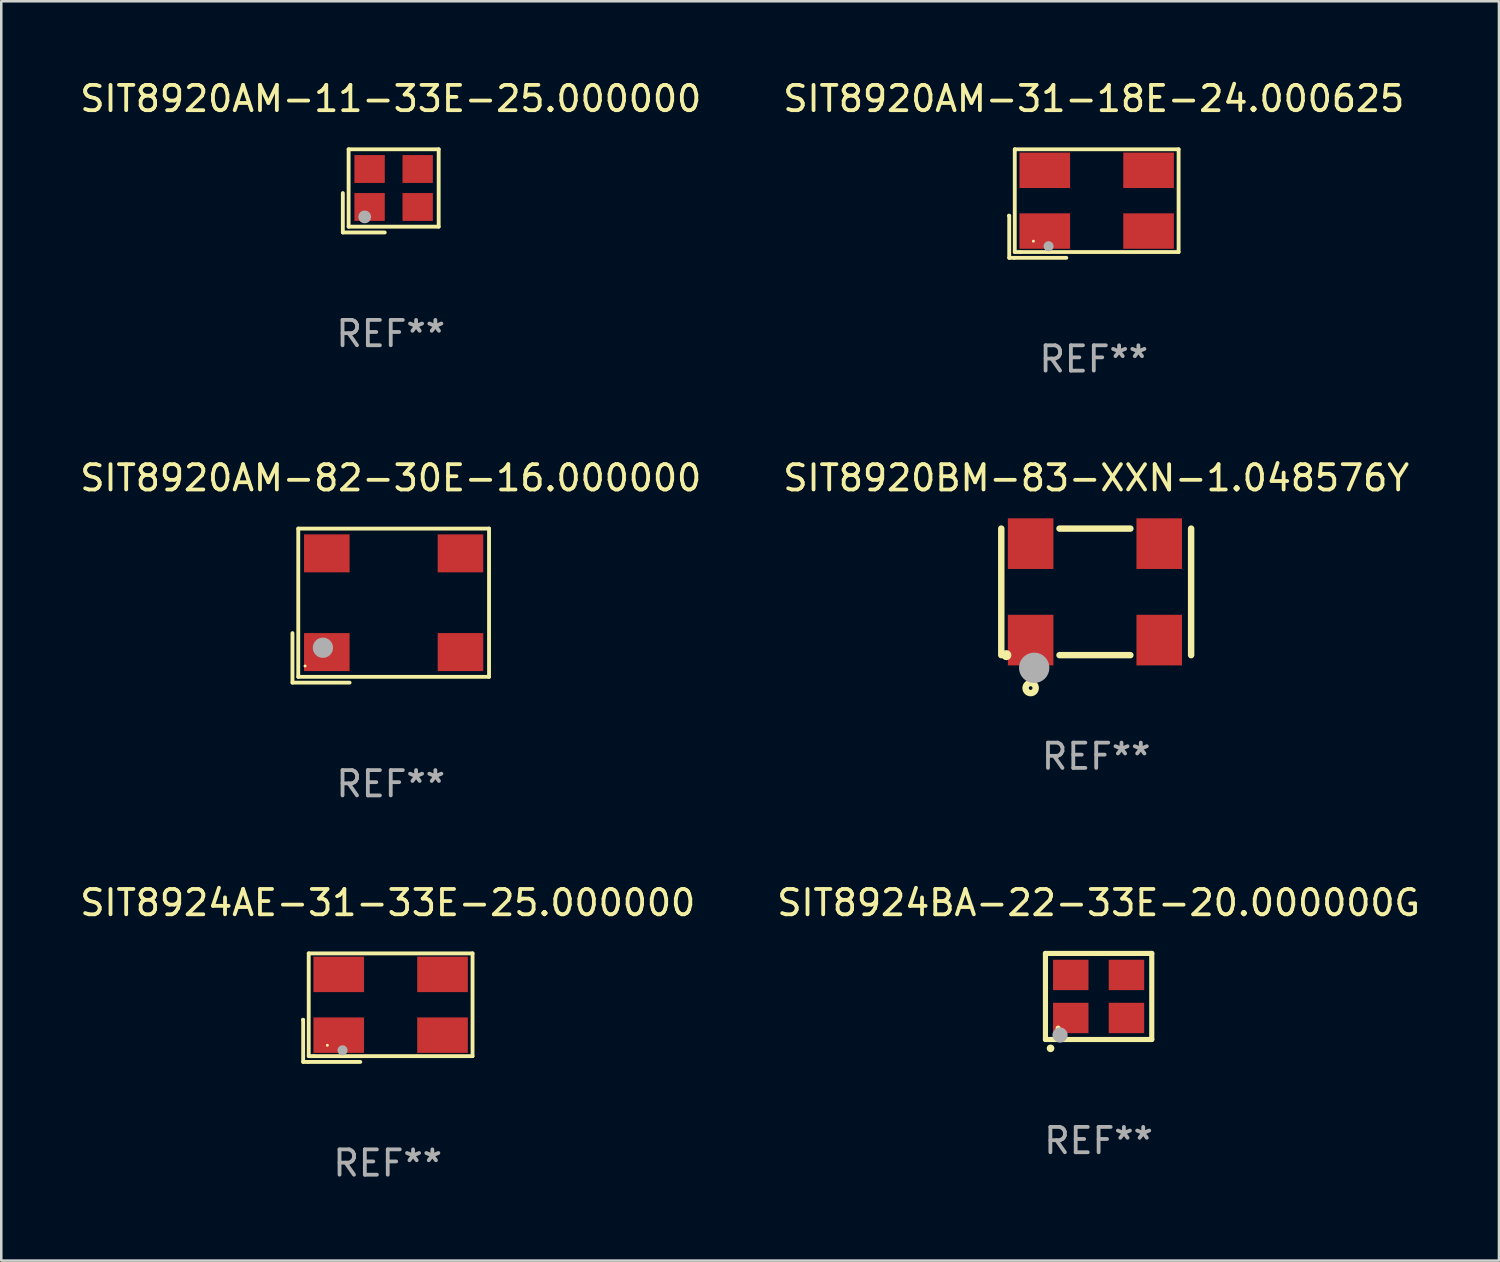
<source format=kicad_pcb>
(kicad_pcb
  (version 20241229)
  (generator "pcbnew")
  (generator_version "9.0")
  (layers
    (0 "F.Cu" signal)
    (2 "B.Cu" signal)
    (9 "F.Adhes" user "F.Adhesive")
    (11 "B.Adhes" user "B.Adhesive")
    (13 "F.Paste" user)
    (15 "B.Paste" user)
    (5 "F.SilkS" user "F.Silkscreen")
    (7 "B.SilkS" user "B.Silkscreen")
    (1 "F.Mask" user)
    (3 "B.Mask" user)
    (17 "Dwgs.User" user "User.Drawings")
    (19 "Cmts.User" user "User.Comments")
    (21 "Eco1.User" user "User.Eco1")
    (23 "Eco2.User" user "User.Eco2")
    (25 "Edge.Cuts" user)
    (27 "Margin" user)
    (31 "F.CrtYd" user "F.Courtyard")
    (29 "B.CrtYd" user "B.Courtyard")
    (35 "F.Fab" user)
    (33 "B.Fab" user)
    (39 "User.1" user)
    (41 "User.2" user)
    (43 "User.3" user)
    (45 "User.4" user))
  (footprint "SIT8924BA-22-33E-20.000000G"
    (layer "F.Cu")
    (at 40.351 36.315)
    (property "Reference" "SIT8924BA-22-33E-20.000000G" (at 0 -3.7 0) (layer "F.SilkS") (effects (font (size 1 1) (thickness 0.15))))
    (attr through_hole)
    (fp_line (start -2.1 -1.7) (end -2.1 1.7) (stroke (width 0.203) (type solid)) (layer "F.SilkS"))
    (fp_line (start -2.1 1.7) (end 2.1 1.7) (stroke (width 0.203) (type solid)) (layer "F.SilkS"))
    (fp_line (start 2.1 -1.7) (end -2.1 -1.7) (stroke (width 0.203) (type solid)) (layer "F.SilkS"))
    (fp_line (start 2.1 1.7) (end 2.1 -1.7) (stroke (width 0.203) (type solid)) (layer "F.SilkS"))
    (fp_arc (start -1.899924 2.049784) (mid -1.898654 2.049779) (end -1.897384 2.049784) (stroke (width 0.3) (type solid)) (layer "F.SilkS"))
    (fp_circle (center -1.6 1.25) (end -1.55 1.25) (stroke (width 0.1) (type solid)) (fill no) (layer "F.SilkS"))
    (fp_circle (center -1.524 1.524) (end -1.374 1.524) (stroke (width 0.3) (type solid)) (fill no) (layer "F.Fab"))
    (fp_text user "REF**" (at 0 5.7 0) (layer "F.Fab") (effects (font (size 1 1) (thickness 0.15))))
    (pad "1" smd rect (at -1.1 0.85) (size 1.4 1.2) (layers "F.Cu" "F.Mask" "F.Paste"))
    (pad "2" smd rect (at 1.1 0.85) (size 1.4 1.2) (layers "F.Cu" "F.Mask" "F.Paste"))
    (pad "3" smd rect (at 1.1 -0.85) (size 1.4 1.2) (layers "F.Cu" "F.Mask" "F.Paste"))
    (pad "4" smd rect (at -1.1 -0.85) (size 1.4 1.2) (layers "F.Cu" "F.Mask" "F.Paste")))
  (footprint "SIT8920AM-11-33E-25.000000"
    (layer "F.Cu")
    (at 12.387 4.491)
    (property "Reference" "SIT8920AM-11-33E-25.000000" (at 0 -3.643 0) (layer "F.SilkS") (effects (font (size 1 1) (thickness 0.15))))
    (attr through_hole)
    (fp_line (start -1.893 0.086) (end -1.893 1.643) (stroke (width 0.152) (type solid)) (layer "F.SilkS"))
    (fp_line (start -1.893 1.643) (end -0.237 1.643) (stroke (width 0.152) (type solid)) (layer "F.SilkS"))
    (fp_line (start -1.665 -1.643) (end 1.893 -1.643) (stroke (width 0.152) (type solid)) (layer "F.SilkS"))
    (fp_line (start -1.665 1.414) (end -1.665 -1.643) (stroke (width 0.152) (type solid)) (layer "F.SilkS"))
    (fp_line (start 1.893 -1.643) (end 1.893 1.414) (stroke (width 0.152) (type solid)) (layer "F.SilkS"))
    (fp_line (start 1.893 1.414) (end -1.665 1.414) (stroke (width 0.152) (type solid)) (layer "F.SilkS"))
    (fp_circle (center -1.136 0.885) (end -1.106 0.885) (stroke (width 0.06) (type solid)) (fill no) (layer "F.SilkS"))
    (fp_circle (center -1.029 1.028) (end -0.902 1.028) (stroke (width 0.254) (type solid)) (fill no) (layer "F.Fab"))
    (fp_text user "REF**" (at 0 5.643 0) (layer "F.Fab") (effects (font (size 1 1) (thickness 0.15))))
    (pad "1" smd rect (at -0.836 0.636) (size 1.2 1.1) (layers "F.Cu" "F.Mask" "F.Paste"))
    (pad "2" smd rect (at 1.064 0.636) (size 1.2 1.1) (layers "F.Cu" "F.Mask" "F.Paste"))
    (pad "3" smd rect (at 1.064 -0.865) (size 1.2 1.1) (layers "F.Cu" "F.Mask" "F.Paste"))
    (pad "4" smd rect (at -0.836 -0.865) (size 1.2 1.1) (layers "F.Cu" "F.Mask" "F.Paste")))
  (footprint "SIT8920AM-31-18E-24.000625"
    (layer "F.Cu")
    (at 40.161 4.992)
    (property "Reference" "SIT8920AM-31-18E-24.000625" (at 0 -4.144 0) (layer "F.SilkS") (effects (font (size 1 1) (thickness 0.15))))
    (attr through_hole)
    (fp_line (start -3.35 0.476) (end -3.341 0.485) (stroke (width 0.152) (type solid)) (layer "F.SilkS"))
    (fp_line (start -3.341 0.485) (end -3.341 2.144) (stroke (width 0.152) (type solid)) (layer "F.SilkS"))
    (fp_line (start -3.341 2.144) (end -3.143 2.144) (stroke (width 0.152) (type solid)) (layer "F.SilkS"))
    (fp_line (start -3.143 2.144) (end -1.085 2.144) (stroke (width 0.152) (type solid)) (layer "F.SilkS"))
    (fp_line (start -3.122 -2.144) (end 3.35 -2.144) (stroke (width 0.152) (type solid)) (layer "F.SilkS"))
    (fp_line (start -3.122 1.915) (end -3.122 -2.144) (stroke (width 0.152) (type solid)) (layer "F.SilkS"))
    (fp_line (start -2.914 1.915) (end -3.122 1.915) (stroke (width 0.152) (type solid)) (layer "F.SilkS"))
    (fp_line (start 3.35 -2.144) (end 3.35 1.915) (stroke (width 0.152) (type solid)) (layer "F.SilkS"))
    (fp_line (start 3.35 1.915) (end -2.914 1.915) (stroke (width 0.152) (type solid)) (layer "F.SilkS"))
    (fp_circle (center -2.386 1.486) (end -2.356 1.486) (stroke (width 0.06) (type solid)) (fill no) (layer "F.SilkS"))
    (fp_circle (center -1.786 1.686) (end -1.686 1.686) (stroke (width 0.2) (type solid)) (fill no) (layer "F.Fab"))
    (fp_text user "REF**" (at 0 6.144 0) (layer "F.Fab") (effects (font (size 1 1) (thickness 0.15))))
    (pad "1" smd rect (at -1.936 1.086) (size 2 1.4) (layers "F.Cu" "F.Mask" "F.Paste"))
    (pad "2" smd rect (at 2.164 1.086) (size 2 1.4) (layers "F.Cu" "F.Mask" "F.Paste"))
    (pad "3" smd rect (at 2.164 -1.314) (size 2 1.4) (layers "F.Cu" "F.Mask" "F.Paste"))
    (pad "4" smd rect (at -1.936 -1.314) (size 2 1.4) (layers "F.Cu" "F.Mask" "F.Paste")))
  (footprint "SIT8920AM-82-30E-16.000000"
    (layer "F.Cu")
    (at 12.387 20.875)
    (property "Reference" "SIT8920AM-82-30E-16.000000" (at 0 -5.043 0) (layer "F.SilkS") (effects (font (size 1 1) (thickness 0.15))))
    (attr through_hole)
    (fp_line (start -3.883 1.086) (end -3.883 3.043) (stroke (width 0.152) (type solid)) (layer "F.SilkS"))
    (fp_line (start -3.883 3.043) (end -1.626 3.043) (stroke (width 0.152) (type solid)) (layer "F.SilkS"))
    (fp_line (start -3.654 -3.043) (end 3.883 -3.043) (stroke (width 0.152) (type solid)) (layer "F.SilkS"))
    (fp_line (start -3.654 2.814) (end -3.654 -3.043) (stroke (width 0.152) (type solid)) (layer "F.SilkS"))
    (fp_line (start 3.883 -3.043) (end 3.883 2.814) (stroke (width 0.152) (type solid)) (layer "F.SilkS"))
    (fp_line (start 3.883 2.814) (end -3.654 2.814) (stroke (width 0.152) (type solid)) (layer "F.SilkS"))
    (fp_circle (center -3.386 2.386) (end -3.356 2.386) (stroke (width 0.06) (type solid)) (fill no) (layer "F.SilkS"))
    (fp_circle (center -2.68 1.664) (end -2.48 1.664) (stroke (width 0.4) (type solid)) (fill no) (layer "F.Fab"))
    (fp_text user "REF**" (at 0 7.043 0) (layer "F.Fab") (effects (font (size 1 1) (thickness 0.15))))
    (pad "1" smd rect (at -2.526 1.836) (size 1.8 1.5) (layers "F.Cu" "F.Mask" "F.Paste"))
    (pad "2" smd rect (at 2.754 1.836) (size 1.8 1.5) (layers "F.Cu" "F.Mask" "F.Paste"))
    (pad "3" smd rect (at 2.754 -2.064) (size 1.8 1.5) (layers "F.Cu" "F.Mask" "F.Paste"))
    (pad "4" smd rect (at -2.526 -2.064) (size 1.8 1.5) (layers "F.Cu" "F.Mask" "F.Paste")))
  (footprint "SIT8920BM-83-XXN-1.048576Y"
    (layer "F.Cu")
    (at 40.256 20.332)
    (property "Reference" "SIT8920BM-83-XXN-1.048576Y" (at 0 -4.5 0) (layer "F.SilkS") (effects (font (size 1 1) (thickness 0.15))))
    (attr through_hole)
    (fp_line (start -3.75 -2.5) (end -3.75 2.5) (stroke (width 0.254) (type solid)) (layer "F.SilkS"))
    (fp_line (start -1.45 -2.5) (end 1.35 -2.5) (stroke (width 0.254) (type solid)) (layer "F.SilkS"))
    (fp_line (start -1.45 2.5) (end 1.35 2.5) (stroke (width 0.254) (type solid)) (layer "F.SilkS"))
    (fp_line (start 3.75 -2.5) (end 3.75 2.5) (stroke (width 0.254) (type solid)) (layer "F.SilkS"))
    (fp_circle (center -3.55 2.5) (end -3.45 2.5) (stroke (width 0.2) (type solid)) (fill no) (layer "F.SilkS"))
    (fp_circle (center -2.59 3.8) (end -2.39 3.8) (stroke (width 0.254) (type solid)) (fill no) (layer "F.SilkS"))
    (fp_circle (center -2.45 3) (end -2.15 3) (stroke (width 0.6) (type solid)) (fill no) (layer "F.Fab"))
    (fp_text user "REF**" (at 0 6.5 0) (layer "F.Fab") (effects (font (size 1 1) (thickness 0.15))))
    (pad "1" smd rect (at -2.59 1.905) (size 1.8 2) (layers "F.Cu" "F.Mask" "F.Paste"))
    (pad "2" smd rect (at 2.49 1.905) (size 1.8 2) (layers "F.Cu" "F.Mask" "F.Paste"))
    (pad "3" smd rect (at 2.49 -1.905) (size 1.8 2) (layers "F.Cu" "F.Mask" "F.Paste"))
    (pad "4" smd rect (at -2.59 -1.905) (size 1.8 2) (layers "F.Cu" "F.Mask" "F.Paste")))
  (footprint "SIT8924AE-31-33E-25.000000"
    (layer "F.Cu")
    (at 12.268 36.758)
    (property "Reference" "SIT8924AE-31-33E-25.000000" (at 0 -4.144 0) (layer "F.SilkS") (effects (font (size 1 1) (thickness 0.15))))
    (attr through_hole)
    (fp_line (start -3.35 0.476) (end -3.341 0.485) (stroke (width 0.152) (type solid)) (layer "F.SilkS"))
    (fp_line (start -3.341 0.485) (end -3.341 2.144) (stroke (width 0.152) (type solid)) (layer "F.SilkS"))
    (fp_line (start -3.341 2.144) (end -3.143 2.144) (stroke (width 0.152) (type solid)) (layer "F.SilkS"))
    (fp_line (start -3.143 2.144) (end -1.085 2.144) (stroke (width 0.152) (type solid)) (layer "F.SilkS"))
    (fp_line (start -3.122 -2.144) (end 3.35 -2.144) (stroke (width 0.152) (type solid)) (layer "F.SilkS"))
    (fp_line (start -3.122 1.915) (end -3.122 -2.144) (stroke (width 0.152) (type solid)) (layer "F.SilkS"))
    (fp_line (start -2.914 1.915) (end -3.122 1.915) (stroke (width 0.152) (type solid)) (layer "F.SilkS"))
    (fp_line (start 3.35 -2.144) (end 3.35 1.915) (stroke (width 0.152) (type solid)) (layer "F.SilkS"))
    (fp_line (start 3.35 1.915) (end -2.914 1.915) (stroke (width 0.152) (type solid)) (layer "F.SilkS"))
    (fp_circle (center -2.386 1.486) (end -2.356 1.486) (stroke (width 0.06) (type solid)) (fill no) (layer "F.SilkS"))
    (fp_circle (center -1.786 1.686) (end -1.686 1.686) (stroke (width 0.2) (type solid)) (fill no) (layer "F.Fab"))
    (fp_text user "REF**" (at 0 6.144 0) (layer "F.Fab") (effects (font (size 1 1) (thickness 0.15))))
    (pad "1" smd rect (at -1.936 1.086) (size 2 1.4) (layers "F.Cu" "F.Mask" "F.Paste"))
    (pad "2" smd rect (at 2.164 1.086) (size 2 1.4) (layers "F.Cu" "F.Mask" "F.Paste"))
    (pad "3" smd rect (at 2.164 -1.314) (size 2 1.4) (layers "F.Cu" "F.Mask" "F.Paste"))
    (pad "4" smd rect (at -1.936 -1.314) (size 2 1.4) (layers "F.Cu" "F.Mask" "F.Paste")))
  (gr_rect
    (start -3 -3)
    (end 56.167 46.75)
    (stroke (width 0.1) (type default))
    (fill no)
    (layer "Edge.Cuts")))
</source>
